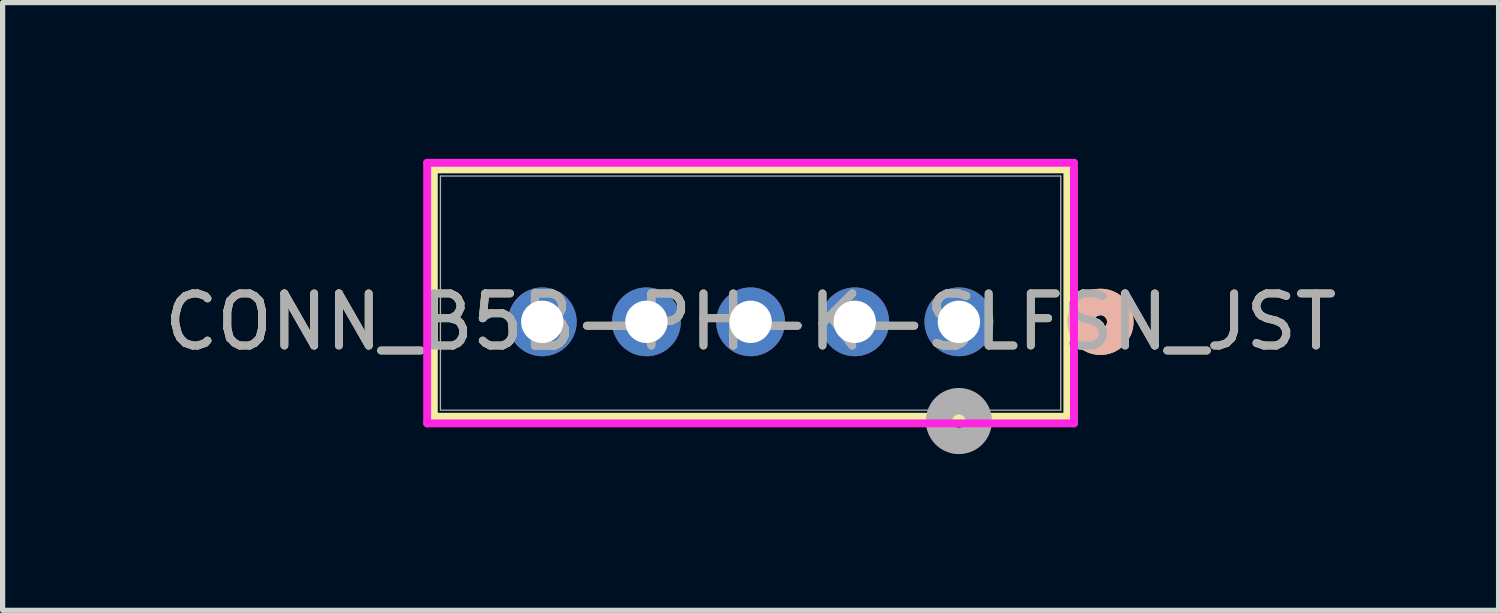
<source format=kicad_pcb>
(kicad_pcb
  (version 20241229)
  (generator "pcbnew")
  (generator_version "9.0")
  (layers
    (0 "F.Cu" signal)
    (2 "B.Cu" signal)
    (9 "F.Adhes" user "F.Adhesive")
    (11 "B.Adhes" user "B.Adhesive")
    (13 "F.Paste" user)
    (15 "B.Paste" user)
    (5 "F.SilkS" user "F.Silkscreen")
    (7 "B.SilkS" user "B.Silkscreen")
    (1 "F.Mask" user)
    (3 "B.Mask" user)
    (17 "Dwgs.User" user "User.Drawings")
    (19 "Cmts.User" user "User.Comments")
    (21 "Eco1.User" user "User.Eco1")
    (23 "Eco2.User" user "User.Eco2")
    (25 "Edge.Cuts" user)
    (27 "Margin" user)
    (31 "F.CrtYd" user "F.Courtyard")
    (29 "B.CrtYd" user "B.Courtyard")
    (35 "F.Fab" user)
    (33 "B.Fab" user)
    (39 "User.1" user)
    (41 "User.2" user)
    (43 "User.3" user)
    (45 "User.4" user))
  (footprint "CONN_B5B-PH-K-SLFSN_JST"
    (layer "F.Cu")
    (at 15.363 3.13)
    (property "Reference" "CONN_B5B-PH-K-SLFSN_JST" (at -4 0 0) (unlocked yes) (layer "F.SilkS") (effects (font (size 1 1) (thickness 0.15))))
    (attr through_hole)
    (fp_line (start -10.083 -2.927) (end -10.083 1.823) (stroke (width 0.152) (type solid)) (layer "F.SilkS"))
    (fp_line (start -10.083 1.823) (end 2.083 1.823) (stroke (width 0.152) (type solid)) (layer "F.SilkS"))
    (fp_line (start 2.083 -2.927) (end -10.083 -2.927) (stroke (width 0.152) (type solid)) (layer "F.SilkS"))
    (fp_line (start 2.083 1.823) (end 2.083 -2.927) (stroke (width 0.152) (type solid)) (layer "F.SilkS"))
    (fp_circle (center 2.718 0) (end 3.099 0) (stroke (width 0.508) (type solid)) (fill no) (layer "F.SilkS"))
    (fp_circle (center 2.718 0) (end 3.099 0) (stroke (width 0.508) (type solid)) (fill no) (layer "B.SilkS"))
    (fp_line (start -10.21 -3.054) (end -10.21 1.95) (stroke (width 0.152) (type solid)) (layer "F.CrtYd"))
    (fp_line (start -10.21 1.95) (end 2.21 1.95) (stroke (width 0.152) (type solid)) (layer "F.CrtYd"))
    (fp_line (start 2.21 -3.054) (end -10.21 -3.054) (stroke (width 0.152) (type solid)) (layer "F.CrtYd"))
    (fp_line (start 2.21 1.95) (end 2.21 -3.054) (stroke (width 0.152) (type solid)) (layer "F.CrtYd"))
    (fp_line (start -9.956 -2.8) (end -9.956 1.696) (stroke (width 0.025) (type solid)) (layer "F.Fab"))
    (fp_line (start -9.956 1.696) (end 1.956 1.696) (stroke (width 0.025) (type solid)) (layer "F.Fab"))
    (fp_line (start 1.956 -2.8) (end -9.956 -2.8) (stroke (width 0.025) (type solid)) (layer "F.Fab"))
    (fp_line (start 1.956 1.696) (end 1.956 -2.8) (stroke (width 0.025) (type solid)) (layer "F.Fab"))
    (fp_circle (center 0 1.905) (end 0.381 1.905) (stroke (width 0.508) (type solid)) (fill no) (layer "F.Fab"))
    (fp_text user "${REFERENCE}" (at -4 0 0) (unlocked yes) (layer "F.Fab") (effects (font (size 1 1) (thickness 0.15))))
    (pad "1" thru_hole circle (at 0 0) (size 1.321 1.321) (drill 0.813) (layers "*.Cu" "*.Mask"))
    (pad "2" thru_hole circle (at -2 0) (size 1.321 1.321) (drill 0.813) (layers "*.Cu" "*.Mask"))
    (pad "3" thru_hole circle (at -4 0) (size 1.321 1.321) (drill 0.813) (layers "*.Cu" "*.Mask"))
    (pad "4" thru_hole circle (at -6 0) (size 1.321 1.321) (drill 0.813) (layers "*.Cu" "*.Mask"))
    (pad "5" thru_hole circle (at -8 0) (size 1.321 1.321) (drill 0.813) (layers "*.Cu" "*.Mask")))
  (gr_rect
    (start -3 -3)
    (end 25.726 8.67)
    (stroke (width 0.1) (type default))
    (fill no)
    (layer "Edge.Cuts")))
</source>
